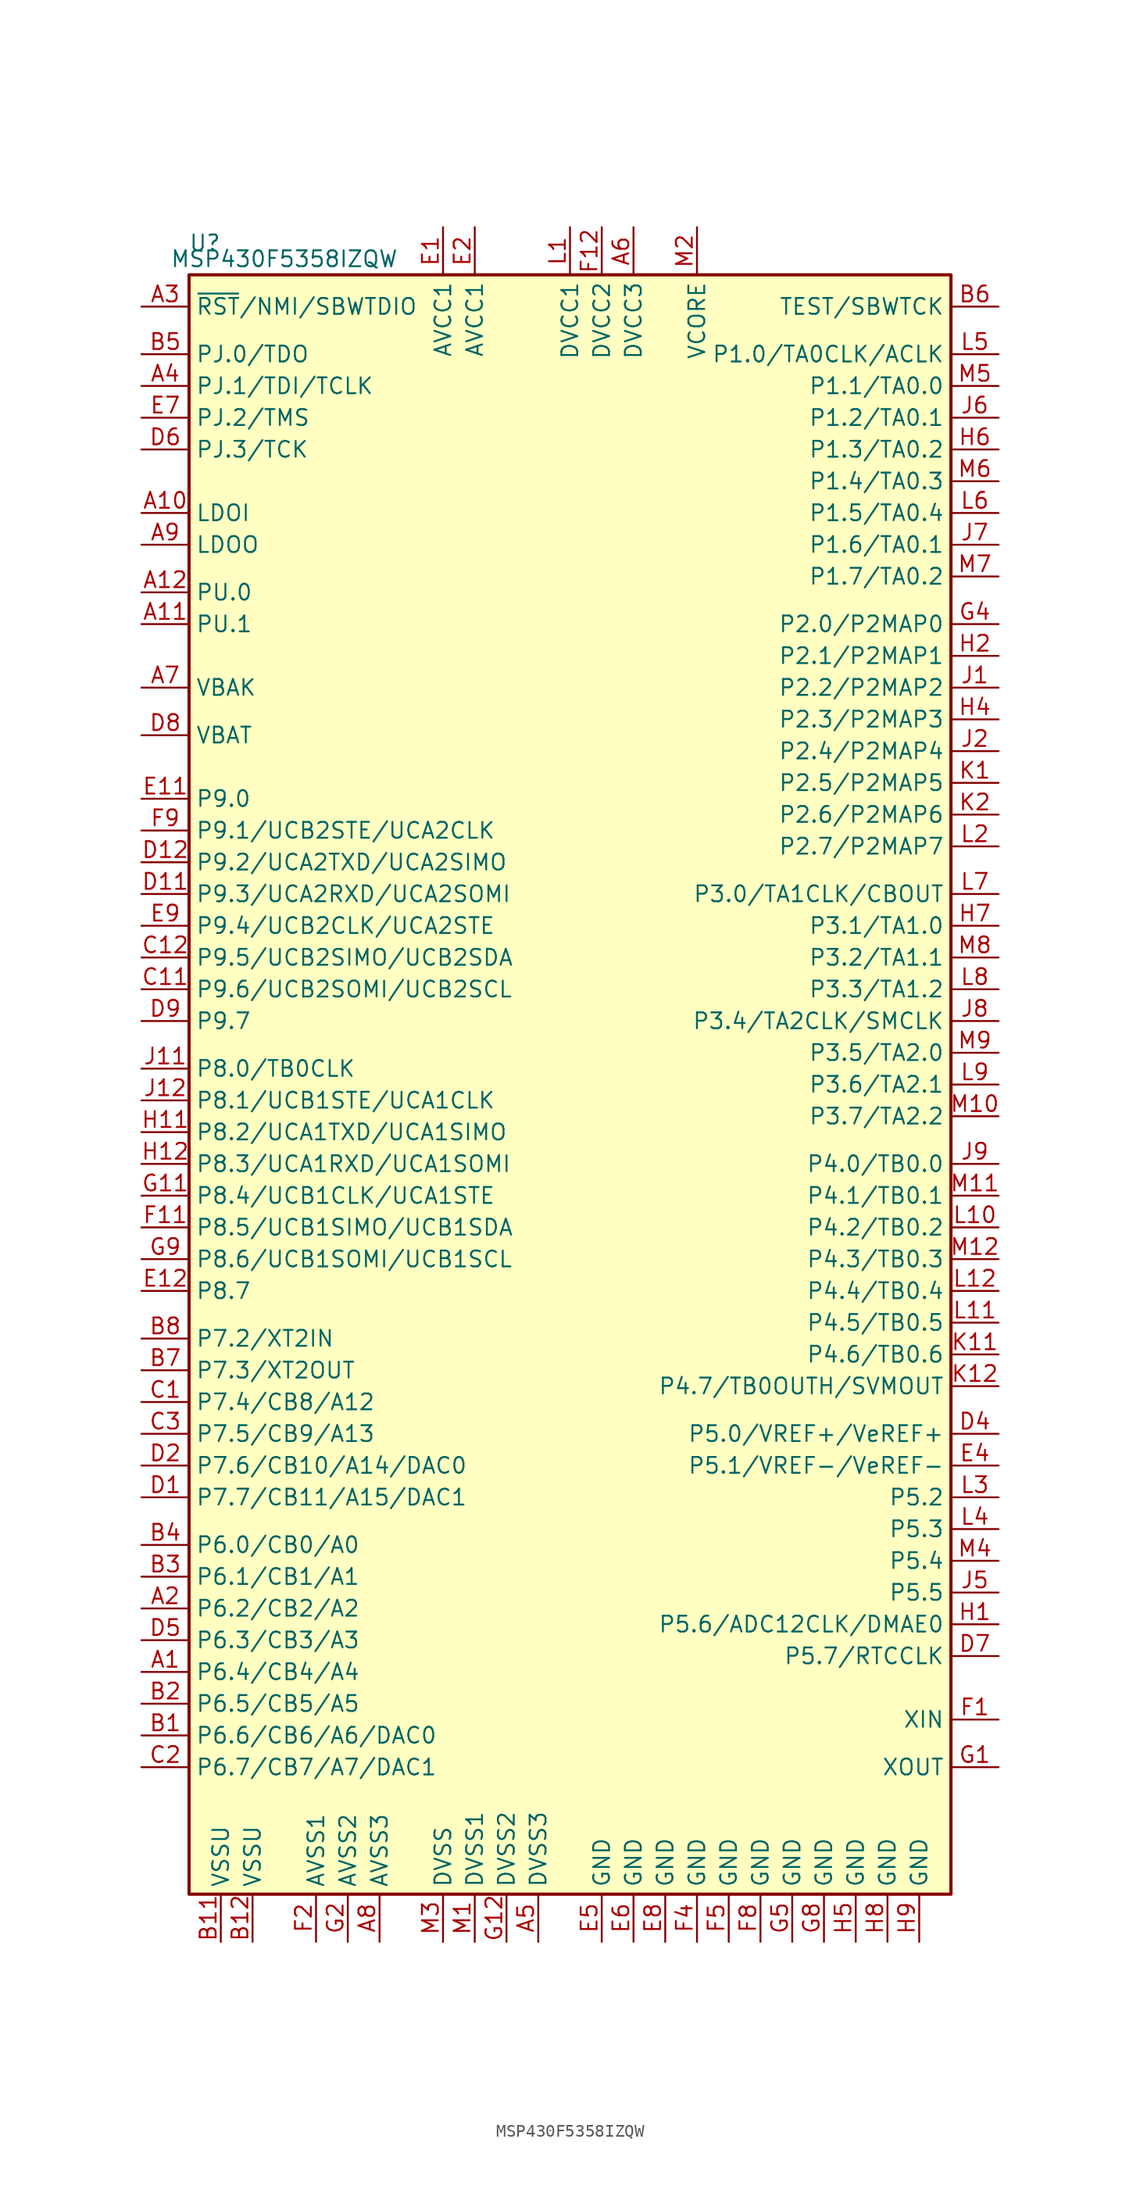
<source format=kicad_sym>
(kicad_symbol_lib
  (version 20201005)
  (generator kicad_symbol_editor)
  (symbol "MCU_Texas_MSP430:MSP430F5358IZQW"
    (property "Reference" "U"
      (at -29.21 68.58 0)
      (effects (font (size 1.27 1.27))))
    (property "Value" "MSP430F5358IZQW"
      (at -22.86 67.31 0)
      (effects (font (size 1.27 1.27))))
    (symbol "MSP430F5358IZQW_0_1"
      (rectangle (start -30.48 66.04) (end 30.48 -63.5) (stroke (width 0.254)) (fill (type background))))
    (symbol "MSP430F5358IZQW_1_1"
      (pin bidirectional line (at -34.29 -45.72 0) (length 3.81) (name "P6.4/CB4/A4" (effects (font (size 1.27 1.27)))) (number "A1" (effects (font (size 1.27 1.27)))))
      (pin bidirectional line (at -34.29 46.99 0) (length 3.81) (name "LDOI" (effects (font (size 1.27 1.27)))) (number "A10" (effects (font (size 1.27 1.27)))))
      (pin bidirectional line (at -34.29 38.1 0) (length 3.81) (name "PU.1" (effects (font (size 1.27 1.27)))) (number "A11" (effects (font (size 1.27 1.27)))))
      (pin bidirectional line (at -34.29 40.64 0) (length 3.81) (name "PU.0" (effects (font (size 1.27 1.27)))) (number "A12" (effects (font (size 1.27 1.27)))))
      (pin bidirectional line (at -34.29 -40.64 0) (length 3.81) (name "P6.2/CB2/A2" (effects (font (size 1.27 1.27)))) (number "A2" (effects (font (size 1.27 1.27)))))
      (pin input line (at -34.29 63.5 0) (length 3.81) (name "~RST~/NMI/SBWTDIO" (effects (font (size 1.27 1.27)))) (number "A3" (effects (font (size 1.27 1.27)))))
      (pin bidirectional line (at -34.29 57.15 0) (length 3.81) (name "PJ.1/TDI/TCLK" (effects (font (size 1.27 1.27)))) (number "A4" (effects (font (size 1.27 1.27)))))
      (pin power_in line (at -2.54 -67.31 90) (length 3.81) (name "DVSS3" (effects (font (size 1.27 1.27)))) (number "A5" (effects (font (size 1.27 1.27)))))
      (pin power_in line (at 5.08 69.85 270) (length 3.81) (name "DVCC3" (effects (font (size 1.27 1.27)))) (number "A6" (effects (font (size 1.27 1.27)))))
      (pin bidirectional line (at -34.29 33.02 0) (length 3.81) (name "VBAK" (effects (font (size 1.27 1.27)))) (number "A7" (effects (font (size 1.27 1.27)))))
      (pin power_in line (at -15.24 -67.31 90) (length 3.81) (name "AVSS3" (effects (font (size 1.27 1.27)))) (number "A8" (effects (font (size 1.27 1.27)))))
      (pin bidirectional line (at -34.29 44.45 0) (length 3.81) (name "LDOO" (effects (font (size 1.27 1.27)))) (number "A9" (effects (font (size 1.27 1.27)))))
      (pin bidirectional line (at -34.29 -50.8 0) (length 3.81) (name "P6.6/CB6/A6/DAC0" (effects (font (size 1.27 1.27)))) (number "B1" (effects (font (size 1.27 1.27)))))
      (pin power_in line (at -27.94 -67.31 90) (length 3.81) (name "VSSU" (effects (font (size 1.27 1.27)))) (number "B11" (effects (font (size 1.27 1.27)))))
      (pin power_in line (at -25.4 -67.31 90) (length 3.81) (name "VSSU" (effects (font (size 1.27 1.27)))) (number "B12" (effects (font (size 1.27 1.27)))))
      (pin bidirectional line (at -34.29 -48.26 0) (length 3.81) (name "P6.5/CB5/A5" (effects (font (size 1.27 1.27)))) (number "B2" (effects (font (size 1.27 1.27)))))
      (pin bidirectional line (at -34.29 -38.1 0) (length 3.81) (name "P6.1/CB1/A1" (effects (font (size 1.27 1.27)))) (number "B3" (effects (font (size 1.27 1.27)))))
      (pin bidirectional line (at -34.29 -35.56 0) (length 3.81) (name "P6.0/CB0/A0" (effects (font (size 1.27 1.27)))) (number "B4" (effects (font (size 1.27 1.27)))))
      (pin bidirectional line (at -34.29 59.69 0) (length 3.81) (name "PJ.0/TDO" (effects (font (size 1.27 1.27)))) (number "B5" (effects (font (size 1.27 1.27)))))
      (pin input line (at 34.29 63.5 180) (length 3.81) (name "TEST/SBWTCK" (effects (font (size 1.27 1.27)))) (number "B6" (effects (font (size 1.27 1.27)))))
      (pin bidirectional line (at -34.29 -21.59 0) (length 3.81) (name "P7.3/XT2OUT" (effects (font (size 1.27 1.27)))) (number "B7" (effects (font (size 1.27 1.27)))))
      (pin bidirectional line (at -34.29 -19.05 0) (length 3.81) (name "P7.2/XT2IN" (effects (font (size 1.27 1.27)))) (number "B8" (effects (font (size 1.27 1.27)))))
      (pin bidirectional line (at -34.29 -24.13 0) (length 3.81) (name "P7.4/CB8/A12" (effects (font (size 1.27 1.27)))) (number "C1" (effects (font (size 1.27 1.27)))))
      (pin bidirectional line (at -34.29 8.89 0) (length 3.81) (name "P9.6/UCB2SOMI/UCB2SCL" (effects (font (size 1.27 1.27)))) (number "C11" (effects (font (size 1.27 1.27)))))
      (pin bidirectional line (at -34.29 11.43 0) (length 3.81) (name "P9.5/UCB2SIMO/UCB2SDA" (effects (font (size 1.27 1.27)))) (number "C12" (effects (font (size 1.27 1.27)))))
      (pin bidirectional line (at -34.29 -53.34 0) (length 3.81) (name "P6.7/CB7/A7/DAC1" (effects (font (size 1.27 1.27)))) (number "C2" (effects (font (size 1.27 1.27)))))
      (pin bidirectional line (at -34.29 -26.67 0) (length 3.81) (name "P7.5/CB9/A13" (effects (font (size 1.27 1.27)))) (number "C3" (effects (font (size 1.27 1.27)))))
      (pin bidirectional line (at -34.29 -31.75 0) (length 3.81) (name "P7.7/CB11/A15/DAC1" (effects (font (size 1.27 1.27)))) (number "D1" (effects (font (size 1.27 1.27)))))
      (pin bidirectional line (at -34.29 16.51 0) (length 3.81) (name "P9.3/UCA2RXD/UCA2SOMI" (effects (font (size 1.27 1.27)))) (number "D11" (effects (font (size 1.27 1.27)))))
      (pin bidirectional line (at -34.29 19.05 0) (length 3.81) (name "P9.2/UCA2TXD/UCA2SIMO" (effects (font (size 1.27 1.27)))) (number "D12" (effects (font (size 1.27 1.27)))))
      (pin bidirectional line (at -34.29 -29.21 0) (length 3.81) (name "P7.6/CB10/A14/DAC0" (effects (font (size 1.27 1.27)))) (number "D2" (effects (font (size 1.27 1.27)))))
      (pin bidirectional line (at 34.29 -26.67 180) (length 3.81) (name "P5.0/VREF+/VeREF+" (effects (font (size 1.27 1.27)))) (number "D4" (effects (font (size 1.27 1.27)))))
      (pin bidirectional line (at -34.29 -43.18 0) (length 3.81) (name "P6.3/CB3/A3" (effects (font (size 1.27 1.27)))) (number "D5" (effects (font (size 1.27 1.27)))))
      (pin bidirectional line (at -34.29 52.07 0) (length 3.81) (name "PJ.3/TCK" (effects (font (size 1.27 1.27)))) (number "D6" (effects (font (size 1.27 1.27)))))
      (pin bidirectional line (at 34.29 -44.45 180) (length 3.81) (name "P5.7/RTCCLK" (effects (font (size 1.27 1.27)))) (number "D7" (effects (font (size 1.27 1.27)))))
      (pin bidirectional line (at -34.29 29.21 0) (length 3.81) (name "VBAT" (effects (font (size 1.27 1.27)))) (number "D8" (effects (font (size 1.27 1.27)))))
      (pin bidirectional line (at -34.29 6.35 0) (length 3.81) (name "P9.7" (effects (font (size 1.27 1.27)))) (number "D9" (effects (font (size 1.27 1.27)))))
      (pin power_in line (at -10.16 69.85 270) (length 3.81) (name "AVCC1" (effects (font (size 1.27 1.27)))) (number "E1" (effects (font (size 1.27 1.27)))))
      (pin bidirectional line (at -34.29 24.13 0) (length 3.81) (name "P9.0" (effects (font (size 1.27 1.27)))) (number "E11" (effects (font (size 1.27 1.27)))))
      (pin bidirectional line (at -34.29 -15.24 0) (length 3.81) (name "P8.7" (effects (font (size 1.27 1.27)))) (number "E12" (effects (font (size 1.27 1.27)))))
      (pin power_in line (at -7.62 69.85 270) (length 3.81) (name "AVCC1" (effects (font (size 1.27 1.27)))) (number "E2" (effects (font (size 1.27 1.27)))))
      (pin bidirectional line (at 34.29 -29.21 180) (length 3.81) (name "P5.1/VREF-/VeREF-" (effects (font (size 1.27 1.27)))) (number "E4" (effects (font (size 1.27 1.27)))))
      (pin power_in line (at 2.54 -67.31 90) (length 3.81) (name "GND" (effects (font (size 1.27 1.27)))) (number "E5" (effects (font (size 1.27 1.27)))))
      (pin power_in line (at 5.08 -67.31 90) (length 3.81) (name "GND" (effects (font (size 1.27 1.27)))) (number "E6" (effects (font (size 1.27 1.27)))))
      (pin bidirectional line (at -34.29 54.61 0) (length 3.81) (name "PJ.2/TMS" (effects (font (size 1.27 1.27)))) (number "E7" (effects (font (size 1.27 1.27)))))
      (pin power_in line (at 7.62 -67.31 90) (length 3.81) (name "GND" (effects (font (size 1.27 1.27)))) (number "E8" (effects (font (size 1.27 1.27)))))
      (pin bidirectional line (at -34.29 13.97 0) (length 3.81) (name "P9.4/UCB2CLK/UCA2STE" (effects (font (size 1.27 1.27)))) (number "E9" (effects (font (size 1.27 1.27)))))
      (pin bidirectional line (at 34.29 -49.53 180) (length 3.81) (name "XIN" (effects (font (size 1.27 1.27)))) (number "F1" (effects (font (size 1.27 1.27)))))
      (pin bidirectional line (at -34.29 -10.16 0) (length 3.81) (name "P8.5/UCB1SIMO/UCB1SDA" (effects (font (size 1.27 1.27)))) (number "F11" (effects (font (size 1.27 1.27)))))
      (pin power_in line (at 2.54 69.85 270) (length 3.81) (name "DVCC2" (effects (font (size 1.27 1.27)))) (number "F12" (effects (font (size 1.27 1.27)))))
      (pin power_in line (at -20.32 -67.31 90) (length 3.81) (name "AVSS1" (effects (font (size 1.27 1.27)))) (number "F2" (effects (font (size 1.27 1.27)))))
      (pin power_in line (at 10.16 -67.31 90) (length 3.81) (name "GND" (effects (font (size 1.27 1.27)))) (number "F4" (effects (font (size 1.27 1.27)))))
      (pin power_in line (at 12.7 -67.31 90) (length 3.81) (name "GND" (effects (font (size 1.27 1.27)))) (number "F5" (effects (font (size 1.27 1.27)))))
      (pin power_in line (at 15.24 -67.31 90) (length 3.81) (name "GND" (effects (font (size 1.27 1.27)))) (number "F8" (effects (font (size 1.27 1.27)))))
      (pin bidirectional line (at -34.29 21.59 0) (length 3.81) (name "P9.1/UCB2STE/UCA2CLK" (effects (font (size 1.27 1.27)))) (number "F9" (effects (font (size 1.27 1.27)))))
      (pin bidirectional line (at 34.29 -53.34 180) (length 3.81) (name "XOUT" (effects (font (size 1.27 1.27)))) (number "G1" (effects (font (size 1.27 1.27)))))
      (pin bidirectional line (at -34.29 -7.62 0) (length 3.81) (name "P8.4/UCB1CLK/UCA1STE" (effects (font (size 1.27 1.27)))) (number "G11" (effects (font (size 1.27 1.27)))))
      (pin power_in line (at -5.08 -67.31 90) (length 3.81) (name "DVSS2" (effects (font (size 1.27 1.27)))) (number "G12" (effects (font (size 1.27 1.27)))))
      (pin power_in line (at -17.78 -67.31 90) (length 3.81) (name "AVSS2" (effects (font (size 1.27 1.27)))) (number "G2" (effects (font (size 1.27 1.27)))))
      (pin bidirectional line (at 34.29 38.1 180) (length 3.81) (name "P2.0/P2MAP0" (effects (font (size 1.27 1.27)))) (number "G4" (effects (font (size 1.27 1.27)))))
      (pin power_in line (at 17.78 -67.31 90) (length 3.81) (name "GND" (effects (font (size 1.27 1.27)))) (number "G5" (effects (font (size 1.27 1.27)))))
      (pin power_in line (at 20.32 -67.31 90) (length 3.81) (name "GND" (effects (font (size 1.27 1.27)))) (number "G8" (effects (font (size 1.27 1.27)))))
      (pin bidirectional line (at -34.29 -12.7 0) (length 3.81) (name "P8.6/UCB1SOMI/UCB1SCL" (effects (font (size 1.27 1.27)))) (number "G9" (effects (font (size 1.27 1.27)))))
      (pin bidirectional line (at 34.29 -41.91 180) (length 3.81) (name "P5.6/ADC12CLK/DMAE0" (effects (font (size 1.27 1.27)))) (number "H1" (effects (font (size 1.27 1.27)))))
      (pin bidirectional line (at -34.29 -2.54 0) (length 3.81) (name "P8.2/UCA1TXD/UCA1SIMO" (effects (font (size 1.27 1.27)))) (number "H11" (effects (font (size 1.27 1.27)))))
      (pin bidirectional line (at -34.29 -5.08 0) (length 3.81) (name "P8.3/UCA1RXD/UCA1SOMI" (effects (font (size 1.27 1.27)))) (number "H12" (effects (font (size 1.27 1.27)))))
      (pin bidirectional line (at 34.29 35.56 180) (length 3.81) (name "P2.1/P2MAP1" (effects (font (size 1.27 1.27)))) (number "H2" (effects (font (size 1.27 1.27)))))
      (pin bidirectional line (at 34.29 30.48 180) (length 3.81) (name "P2.3/P2MAP3" (effects (font (size 1.27 1.27)))) (number "H4" (effects (font (size 1.27 1.27)))))
      (pin power_in line (at 22.86 -67.31 90) (length 3.81) (name "GND" (effects (font (size 1.27 1.27)))) (number "H5" (effects (font (size 1.27 1.27)))))
      (pin bidirectional line (at 34.29 52.07 180) (length 3.81) (name "P1.3/TA0.2" (effects (font (size 1.27 1.27)))) (number "H6" (effects (font (size 1.27 1.27)))))
      (pin bidirectional line (at 34.29 13.97 180) (length 3.81) (name "P3.1/TA1.0" (effects (font (size 1.27 1.27)))) (number "H7" (effects (font (size 1.27 1.27)))))
      (pin power_in line (at 25.4 -67.31 90) (length 3.81) (name "GND" (effects (font (size 1.27 1.27)))) (number "H8" (effects (font (size 1.27 1.27)))))
      (pin power_in line (at 27.94 -67.31 90) (length 3.81) (name "GND" (effects (font (size 1.27 1.27)))) (number "H9" (effects (font (size 1.27 1.27)))))
      (pin bidirectional line (at 34.29 33.02 180) (length 3.81) (name "P2.2/P2MAP2" (effects (font (size 1.27 1.27)))) (number "J1" (effects (font (size 1.27 1.27)))))
      (pin bidirectional line (at -34.29 2.54 0) (length 3.81) (name "P8.0/TB0CLK" (effects (font (size 1.27 1.27)))) (number "J11" (effects (font (size 1.27 1.27)))))
      (pin bidirectional line (at -34.29 0 0) (length 3.81) (name "P8.1/UCB1STE/UCA1CLK" (effects (font (size 1.27 1.27)))) (number "J12" (effects (font (size 1.27 1.27)))))
      (pin bidirectional line (at 34.29 27.94 180) (length 3.81) (name "P2.4/P2MAP4" (effects (font (size 1.27 1.27)))) (number "J2" (effects (font (size 1.27 1.27)))))
      (pin bidirectional line (at 34.29 -39.37 180) (length 3.81) (name "P5.5" (effects (font (size 1.27 1.27)))) (number "J5" (effects (font (size 1.27 1.27)))))
      (pin bidirectional line (at 34.29 54.61 180) (length 3.81) (name "P1.2/TA0.1" (effects (font (size 1.27 1.27)))) (number "J6" (effects (font (size 1.27 1.27)))))
      (pin bidirectional line (at 34.29 44.45 180) (length 3.81) (name "P1.6/TA0.1" (effects (font (size 1.27 1.27)))) (number "J7" (effects (font (size 1.27 1.27)))))
      (pin bidirectional line (at 34.29 6.35 180) (length 3.81) (name "P3.4/TA2CLK/SMCLK" (effects (font (size 1.27 1.27)))) (number "J8" (effects (font (size 1.27 1.27)))))
      (pin bidirectional line (at 34.29 -5.08 180) (length 3.81) (name "P4.0/TB0.0" (effects (font (size 1.27 1.27)))) (number "J9" (effects (font (size 1.27 1.27)))))
      (pin bidirectional line (at 34.29 25.4 180) (length 3.81) (name "P2.5/P2MAP5" (effects (font (size 1.27 1.27)))) (number "K1" (effects (font (size 1.27 1.27)))))
      (pin bidirectional line (at 34.29 -20.32 180) (length 3.81) (name "P4.6/TB0.6" (effects (font (size 1.27 1.27)))) (number "K11" (effects (font (size 1.27 1.27)))))
      (pin bidirectional line (at 34.29 -22.86 180) (length 3.81) (name "P4.7/TB0OUTH/SVMOUT" (effects (font (size 1.27 1.27)))) (number "K12" (effects (font (size 1.27 1.27)))))
      (pin bidirectional line (at 34.29 22.86 180) (length 3.81) (name "P2.6/P2MAP6" (effects (font (size 1.27 1.27)))) (number "K2" (effects (font (size 1.27 1.27)))))
      (pin power_in line (at 0 69.85 270) (length 3.81) (name "DVCC1" (effects (font (size 1.27 1.27)))) (number "L1" (effects (font (size 1.27 1.27)))))
      (pin bidirectional line (at 34.29 -10.16 180) (length 3.81) (name "P4.2/TB0.2" (effects (font (size 1.27 1.27)))) (number "L10" (effects (font (size 1.27 1.27)))))
      (pin bidirectional line (at 34.29 -17.78 180) (length 3.81) (name "P4.5/TB0.5" (effects (font (size 1.27 1.27)))) (number "L11" (effects (font (size 1.27 1.27)))))
      (pin bidirectional line (at 34.29 -15.24 180) (length 3.81) (name "P4.4/TB0.4" (effects (font (size 1.27 1.27)))) (number "L12" (effects (font (size 1.27 1.27)))))
      (pin bidirectional line (at 34.29 20.32 180) (length 3.81) (name "P2.7/P2MAP7" (effects (font (size 1.27 1.27)))) (number "L2" (effects (font (size 1.27 1.27)))))
      (pin bidirectional line (at 34.29 -31.75 180) (length 3.81) (name "P5.2" (effects (font (size 1.27 1.27)))) (number "L3" (effects (font (size 1.27 1.27)))))
      (pin bidirectional line (at 34.29 -34.29 180) (length 3.81) (name "P5.3" (effects (font (size 1.27 1.27)))) (number "L4" (effects (font (size 1.27 1.27)))))
      (pin bidirectional line (at 34.29 59.69 180) (length 3.81) (name "P1.0/TA0CLK/ACLK" (effects (font (size 1.27 1.27)))) (number "L5" (effects (font (size 1.27 1.27)))))
      (pin bidirectional line (at 34.29 46.99 180) (length 3.81) (name "P1.5/TA0.4" (effects (font (size 1.27 1.27)))) (number "L6" (effects (font (size 1.27 1.27)))))
      (pin bidirectional line (at 34.29 16.51 180) (length 3.81) (name "P3.0/TA1CLK/CBOUT" (effects (font (size 1.27 1.27)))) (number "L7" (effects (font (size 1.27 1.27)))))
      (pin bidirectional line (at 34.29 8.89 180) (length 3.81) (name "P3.3/TA1.2" (effects (font (size 1.27 1.27)))) (number "L8" (effects (font (size 1.27 1.27)))))
      (pin bidirectional line (at 34.29 1.27 180) (length 3.81) (name "P3.6/TA2.1" (effects (font (size 1.27 1.27)))) (number "L9" (effects (font (size 1.27 1.27)))))
      (pin power_in line (at -7.62 -67.31 90) (length 3.81) (name "DVSS1" (effects (font (size 1.27 1.27)))) (number "M1" (effects (font (size 1.27 1.27)))))
      (pin bidirectional line (at 34.29 -1.27 180) (length 3.81) (name "P3.7/TA2.2" (effects (font (size 1.27 1.27)))) (number "M10" (effects (font (size 1.27 1.27)))))
      (pin bidirectional line (at 34.29 -7.62 180) (length 3.81) (name "P4.1/TB0.1" (effects (font (size 1.27 1.27)))) (number "M11" (effects (font (size 1.27 1.27)))))
      (pin bidirectional line (at 34.29 -12.7 180) (length 3.81) (name "P4.3/TB0.3" (effects (font (size 1.27 1.27)))) (number "M12" (effects (font (size 1.27 1.27)))))
      (pin bidirectional line (at 10.16 69.85 270) (length 3.81) (name "VCORE" (effects (font (size 1.27 1.27)))) (number "M2" (effects (font (size 1.27 1.27)))))
      (pin power_in line (at -10.16 -67.31 90) (length 3.81) (name "DVSS" (effects (font (size 1.27 1.27)))) (number "M3" (effects (font (size 1.27 1.27)))))
      (pin bidirectional line (at 34.29 -36.83 180) (length 3.81) (name "P5.4" (effects (font (size 1.27 1.27)))) (number "M4" (effects (font (size 1.27 1.27)))))
      (pin bidirectional line (at 34.29 57.15 180) (length 3.81) (name "P1.1/TA0.0" (effects (font (size 1.27 1.27)))) (number "M5" (effects (font (size 1.27 1.27)))))
      (pin bidirectional line (at 34.29 49.53 180) (length 3.81) (name "P1.4/TA0.3" (effects (font (size 1.27 1.27)))) (number "M6" (effects (font (size 1.27 1.27)))))
      (pin bidirectional line (at 34.29 41.91 180) (length 3.81) (name "P1.7/TA0.2" (effects (font (size 1.27 1.27)))) (number "M7" (effects (font (size 1.27 1.27)))))
      (pin bidirectional line (at 34.29 11.43 180) (length 3.81) (name "P3.2/TA1.1" (effects (font (size 1.27 1.27)))) (number "M8" (effects (font (size 1.27 1.27)))))
      (pin bidirectional line (at 34.29 3.81 180) (length 3.81) (name "P3.5/TA2.0" (effects (font (size 1.27 1.27)))) (number "M9" (effects (font (size 1.27 1.27))))))))
</source>
